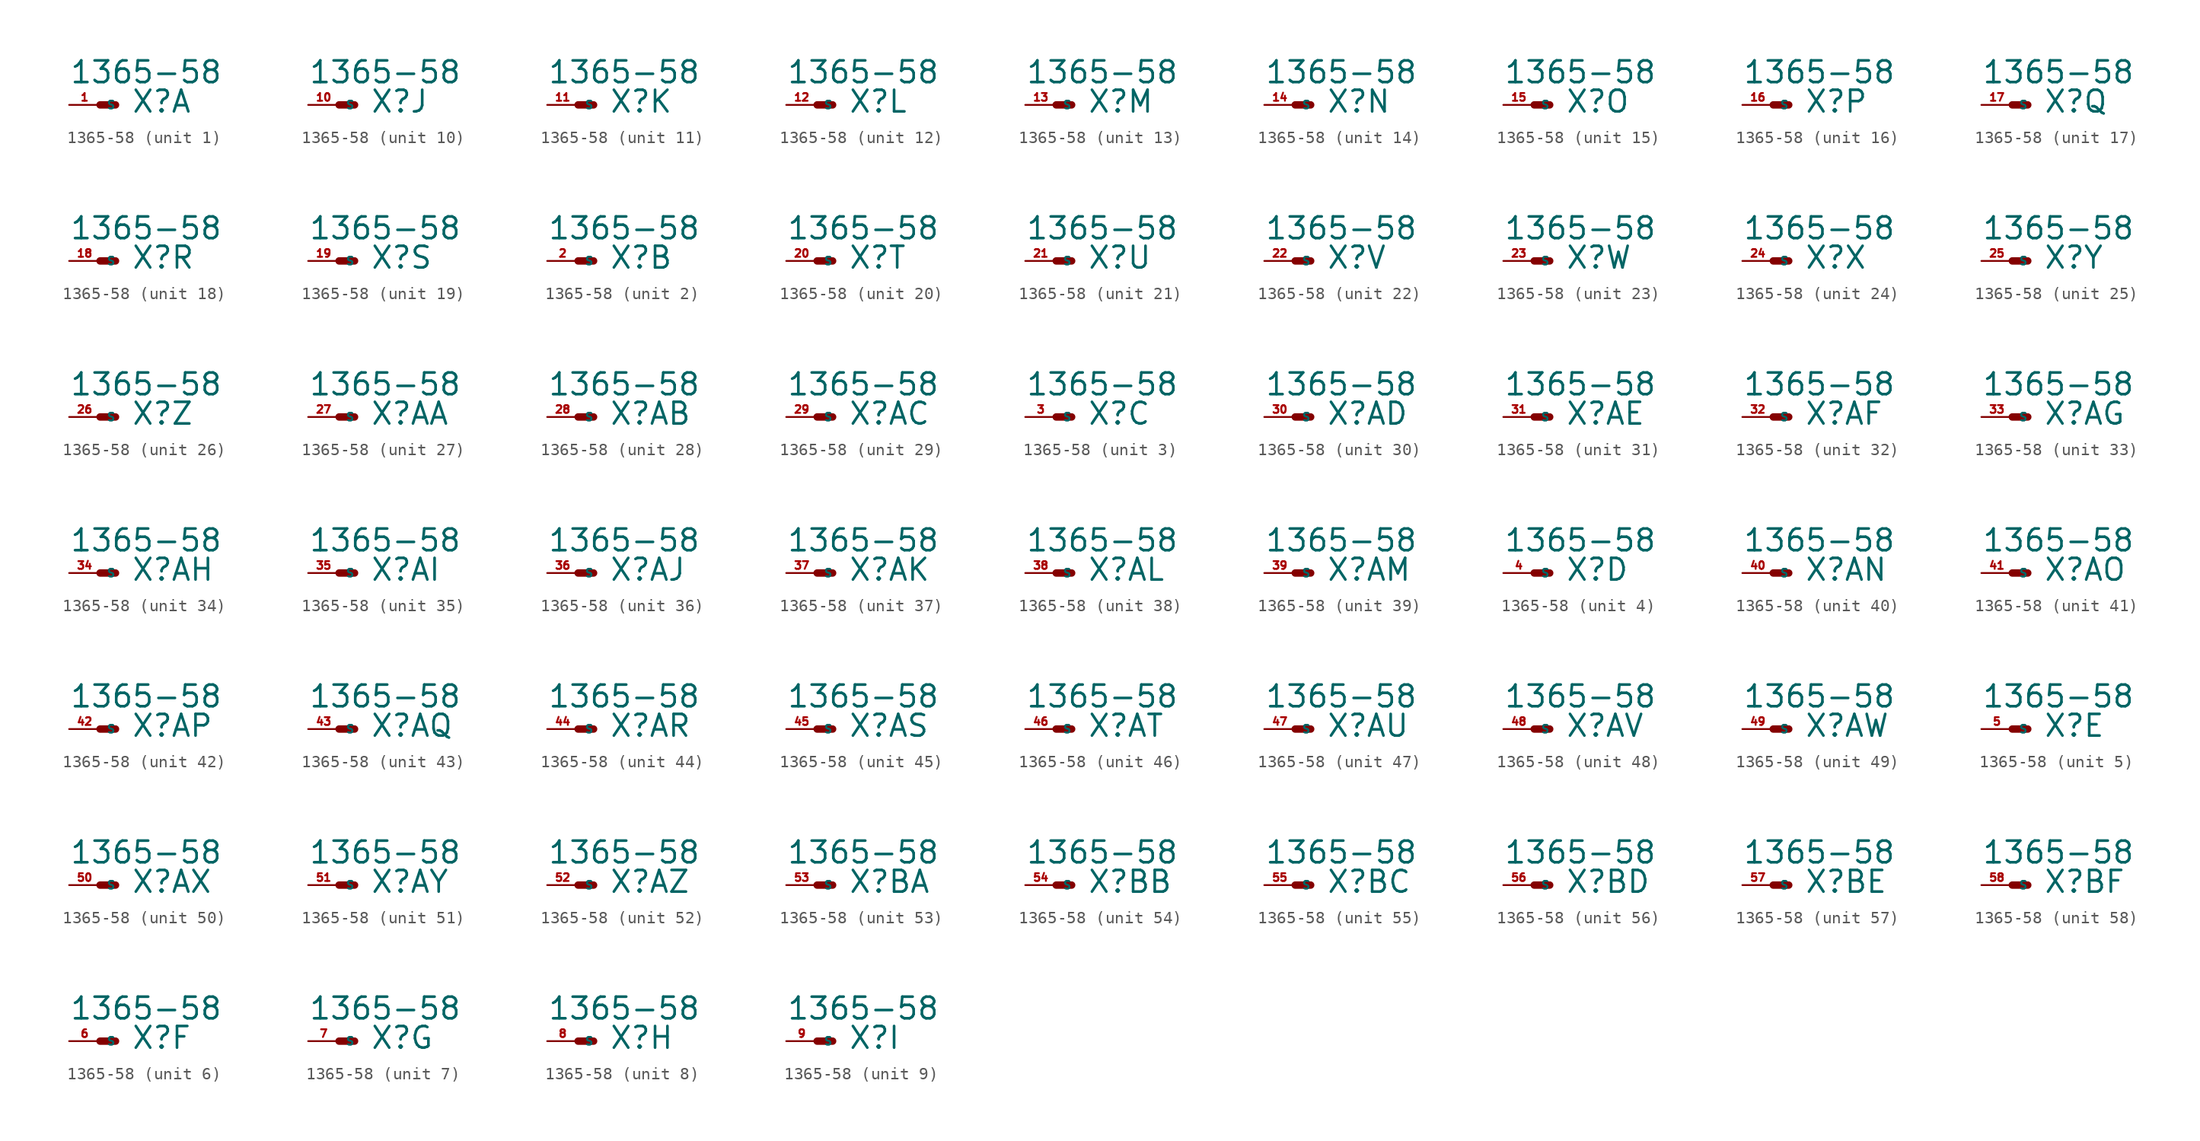
<source format=kicad_sym>
(kicad_symbol_lib
  (version 20220914)
  (generator Eagle2Kicad)
  (symbol "1365-58"
    (property "Reference" "X"
      (at 2.54 -0.762 0)
      (effects (font (size 1.778 1.778) (thickness 0.22)) (justify left bottom)))
    (property "Value" "1365-58"
      (at -2.54 1.651 0)
      (effects (font (size 1.778 1.778) (thickness 0.22)) (justify left bottom)))
    (symbol "1365-58_1_0"
      (polyline (pts (xy 0 0) (xy 1.27 0)) (stroke (width 0.61) (type default)) (fill (type none)))
      (pin passive line (at -2.54 0 0) (length 2.54) (name "S" (effects (font (size 0.635 0.635) (thickness 0.08)) (justify left bottom))) (number "1" (effects (font (size 0.635 0.635) (thickness 0.08)) (justify left bottom)))))
    (symbol "1365-58_2_0"
      (polyline (pts (xy 0 0) (xy 1.27 0)) (stroke (width 0.61) (type default)) (fill (type none)))
      (pin passive line (at -2.54 0 0) (length 2.54) (name "S" (effects (font (size 0.635 0.635) (thickness 0.08)) (justify left bottom))) (number "2" (effects (font (size 0.635 0.635) (thickness 0.08)) (justify left bottom)))))
    (symbol "1365-58_3_0"
      (polyline (pts (xy 0 0) (xy 1.27 0)) (stroke (width 0.61) (type default)) (fill (type none)))
      (pin passive line (at -2.54 0 0) (length 2.54) (name "S" (effects (font (size 0.635 0.635) (thickness 0.08)) (justify left bottom))) (number "3" (effects (font (size 0.635 0.635) (thickness 0.08)) (justify left bottom)))))
    (symbol "1365-58_4_0"
      (polyline (pts (xy 0 0) (xy 1.27 0)) (stroke (width 0.61) (type default)) (fill (type none)))
      (pin passive line (at -2.54 0 0) (length 2.54) (name "S" (effects (font (size 0.635 0.635) (thickness 0.08)) (justify left bottom))) (number "4" (effects (font (size 0.635 0.635) (thickness 0.08)) (justify left bottom)))))
    (symbol "1365-58_5_0"
      (polyline (pts (xy 0 0) (xy 1.27 0)) (stroke (width 0.61) (type default)) (fill (type none)))
      (pin passive line (at -2.54 0 0) (length 2.54) (name "S" (effects (font (size 0.635 0.635) (thickness 0.08)) (justify left bottom))) (number "5" (effects (font (size 0.635 0.635) (thickness 0.08)) (justify left bottom)))))
    (symbol "1365-58_6_0"
      (polyline (pts (xy 0 0) (xy 1.27 0)) (stroke (width 0.61) (type default)) (fill (type none)))
      (pin passive line (at -2.54 0 0) (length 2.54) (name "S" (effects (font (size 0.635 0.635) (thickness 0.08)) (justify left bottom))) (number "6" (effects (font (size 0.635 0.635) (thickness 0.08)) (justify left bottom)))))
    (symbol "1365-58_7_0"
      (polyline (pts (xy 0 0) (xy 1.27 0)) (stroke (width 0.61) (type default)) (fill (type none)))
      (pin passive line (at -2.54 0 0) (length 2.54) (name "S" (effects (font (size 0.635 0.635) (thickness 0.08)) (justify left bottom))) (number "7" (effects (font (size 0.635 0.635) (thickness 0.08)) (justify left bottom)))))
    (symbol "1365-58_8_0"
      (polyline (pts (xy 0 0) (xy 1.27 0)) (stroke (width 0.61) (type default)) (fill (type none)))
      (pin passive line (at -2.54 0 0) (length 2.54) (name "S" (effects (font (size 0.635 0.635) (thickness 0.08)) (justify left bottom))) (number "8" (effects (font (size 0.635 0.635) (thickness 0.08)) (justify left bottom)))))
    (symbol "1365-58_9_0"
      (polyline (pts (xy 0 0) (xy 1.27 0)) (stroke (width 0.61) (type default)) (fill (type none)))
      (pin passive line (at -2.54 0 0) (length 2.54) (name "S" (effects (font (size 0.635 0.635) (thickness 0.08)) (justify left bottom))) (number "9" (effects (font (size 0.635 0.635) (thickness 0.08)) (justify left bottom)))))
    (symbol "1365-58_10_0"
      (polyline (pts (xy 0 0) (xy 1.27 0)) (stroke (width 0.61) (type default)) (fill (type none)))
      (pin passive line (at -2.54 0 0) (length 2.54) (name "S" (effects (font (size 0.635 0.635) (thickness 0.08)) (justify left bottom))) (number "10" (effects (font (size 0.635 0.635) (thickness 0.08)) (justify left bottom)))))
    (symbol "1365-58_11_0"
      (polyline (pts (xy 0 0) (xy 1.27 0)) (stroke (width 0.61) (type default)) (fill (type none)))
      (pin passive line (at -2.54 0 0) (length 2.54) (name "S" (effects (font (size 0.635 0.635) (thickness 0.08)) (justify left bottom))) (number "11" (effects (font (size 0.635 0.635) (thickness 0.08)) (justify left bottom)))))
    (symbol "1365-58_12_0"
      (polyline (pts (xy 0 0) (xy 1.27 0)) (stroke (width 0.61) (type default)) (fill (type none)))
      (pin passive line (at -2.54 0 0) (length 2.54) (name "S" (effects (font (size 0.635 0.635) (thickness 0.08)) (justify left bottom))) (number "12" (effects (font (size 0.635 0.635) (thickness 0.08)) (justify left bottom)))))
    (symbol "1365-58_13_0"
      (polyline (pts (xy 0 0) (xy 1.27 0)) (stroke (width 0.61) (type default)) (fill (type none)))
      (pin passive line (at -2.54 0 0) (length 2.54) (name "S" (effects (font (size 0.635 0.635) (thickness 0.08)) (justify left bottom))) (number "13" (effects (font (size 0.635 0.635) (thickness 0.08)) (justify left bottom)))))
    (symbol "1365-58_14_0"
      (polyline (pts (xy 0 0) (xy 1.27 0)) (stroke (width 0.61) (type default)) (fill (type none)))
      (pin passive line (at -2.54 0 0) (length 2.54) (name "S" (effects (font (size 0.635 0.635) (thickness 0.08)) (justify left bottom))) (number "14" (effects (font (size 0.635 0.635) (thickness 0.08)) (justify left bottom)))))
    (symbol "1365-58_15_0"
      (polyline (pts (xy 0 0) (xy 1.27 0)) (stroke (width 0.61) (type default)) (fill (type none)))
      (pin passive line (at -2.54 0 0) (length 2.54) (name "S" (effects (font (size 0.635 0.635) (thickness 0.08)) (justify left bottom))) (number "15" (effects (font (size 0.635 0.635) (thickness 0.08)) (justify left bottom)))))
    (symbol "1365-58_16_0"
      (polyline (pts (xy 0 0) (xy 1.27 0)) (stroke (width 0.61) (type default)) (fill (type none)))
      (pin passive line (at -2.54 0 0) (length 2.54) (name "S" (effects (font (size 0.635 0.635) (thickness 0.08)) (justify left bottom))) (number "16" (effects (font (size 0.635 0.635) (thickness 0.08)) (justify left bottom)))))
    (symbol "1365-58_17_0"
      (polyline (pts (xy 0 0) (xy 1.27 0)) (stroke (width 0.61) (type default)) (fill (type none)))
      (pin passive line (at -2.54 0 0) (length 2.54) (name "S" (effects (font (size 0.635 0.635) (thickness 0.08)) (justify left bottom))) (number "17" (effects (font (size 0.635 0.635) (thickness 0.08)) (justify left bottom)))))
    (symbol "1365-58_18_0"
      (polyline (pts (xy 0 0) (xy 1.27 0)) (stroke (width 0.61) (type default)) (fill (type none)))
      (pin passive line (at -2.54 0 0) (length 2.54) (name "S" (effects (font (size 0.635 0.635) (thickness 0.08)) (justify left bottom))) (number "18" (effects (font (size 0.635 0.635) (thickness 0.08)) (justify left bottom)))))
    (symbol "1365-58_19_0"
      (polyline (pts (xy 0 0) (xy 1.27 0)) (stroke (width 0.61) (type default)) (fill (type none)))
      (pin passive line (at -2.54 0 0) (length 2.54) (name "S" (effects (font (size 0.635 0.635) (thickness 0.08)) (justify left bottom))) (number "19" (effects (font (size 0.635 0.635) (thickness 0.08)) (justify left bottom)))))
    (symbol "1365-58_20_0"
      (polyline (pts (xy 0 0) (xy 1.27 0)) (stroke (width 0.61) (type default)) (fill (type none)))
      (pin passive line (at -2.54 0 0) (length 2.54) (name "S" (effects (font (size 0.635 0.635) (thickness 0.08)) (justify left bottom))) (number "20" (effects (font (size 0.635 0.635) (thickness 0.08)) (justify left bottom)))))
    (symbol "1365-58_21_0"
      (polyline (pts (xy 0 0) (xy 1.27 0)) (stroke (width 0.61) (type default)) (fill (type none)))
      (pin passive line (at -2.54 0 0) (length 2.54) (name "S" (effects (font (size 0.635 0.635) (thickness 0.08)) (justify left bottom))) (number "21" (effects (font (size 0.635 0.635) (thickness 0.08)) (justify left bottom)))))
    (symbol "1365-58_22_0"
      (polyline (pts (xy 0 0) (xy 1.27 0)) (stroke (width 0.61) (type default)) (fill (type none)))
      (pin passive line (at -2.54 0 0) (length 2.54) (name "S" (effects (font (size 0.635 0.635) (thickness 0.08)) (justify left bottom))) (number "22" (effects (font (size 0.635 0.635) (thickness 0.08)) (justify left bottom)))))
    (symbol "1365-58_23_0"
      (polyline (pts (xy 0 0) (xy 1.27 0)) (stroke (width 0.61) (type default)) (fill (type none)))
      (pin passive line (at -2.54 0 0) (length 2.54) (name "S" (effects (font (size 0.635 0.635) (thickness 0.08)) (justify left bottom))) (number "23" (effects (font (size 0.635 0.635) (thickness 0.08)) (justify left bottom)))))
    (symbol "1365-58_24_0"
      (polyline (pts (xy 0 0) (xy 1.27 0)) (stroke (width 0.61) (type default)) (fill (type none)))
      (pin passive line (at -2.54 0 0) (length 2.54) (name "S" (effects (font (size 0.635 0.635) (thickness 0.08)) (justify left bottom))) (number "24" (effects (font (size 0.635 0.635) (thickness 0.08)) (justify left bottom)))))
    (symbol "1365-58_25_0"
      (polyline (pts (xy 0 0) (xy 1.27 0)) (stroke (width 0.61) (type default)) (fill (type none)))
      (pin passive line (at -2.54 0 0) (length 2.54) (name "S" (effects (font (size 0.635 0.635) (thickness 0.08)) (justify left bottom))) (number "25" (effects (font (size 0.635 0.635) (thickness 0.08)) (justify left bottom)))))
    (symbol "1365-58_26_0"
      (polyline (pts (xy 0 0) (xy 1.27 0)) (stroke (width 0.61) (type default)) (fill (type none)))
      (pin passive line (at -2.54 0 0) (length 2.54) (name "S" (effects (font (size 0.635 0.635) (thickness 0.08)) (justify left bottom))) (number "26" (effects (font (size 0.635 0.635) (thickness 0.08)) (justify left bottom)))))
    (symbol "1365-58_27_0"
      (polyline (pts (xy 0 0) (xy 1.27 0)) (stroke (width 0.61) (type default)) (fill (type none)))
      (pin passive line (at -2.54 0 0) (length 2.54) (name "S" (effects (font (size 0.635 0.635) (thickness 0.08)) (justify left bottom))) (number "27" (effects (font (size 0.635 0.635) (thickness 0.08)) (justify left bottom)))))
    (symbol "1365-58_28_0"
      (polyline (pts (xy 0 0) (xy 1.27 0)) (stroke (width 0.61) (type default)) (fill (type none)))
      (pin passive line (at -2.54 0 0) (length 2.54) (name "S" (effects (font (size 0.635 0.635) (thickness 0.08)) (justify left bottom))) (number "28" (effects (font (size 0.635 0.635) (thickness 0.08)) (justify left bottom)))))
    (symbol "1365-58_29_0"
      (polyline (pts (xy 0 0) (xy 1.27 0)) (stroke (width 0.61) (type default)) (fill (type none)))
      (pin passive line (at -2.54 0 0) (length 2.54) (name "S" (effects (font (size 0.635 0.635) (thickness 0.08)) (justify left bottom))) (number "29" (effects (font (size 0.635 0.635) (thickness 0.08)) (justify left bottom)))))
    (symbol "1365-58_30_0"
      (polyline (pts (xy 0 0) (xy 1.27 0)) (stroke (width 0.61) (type default)) (fill (type none)))
      (pin passive line (at -2.54 0 0) (length 2.54) (name "S" (effects (font (size 0.635 0.635) (thickness 0.08)) (justify left bottom))) (number "30" (effects (font (size 0.635 0.635) (thickness 0.08)) (justify left bottom)))))
    (symbol "1365-58_31_0"
      (polyline (pts (xy 0 0) (xy 1.27 0)) (stroke (width 0.61) (type default)) (fill (type none)))
      (pin passive line (at -2.54 0 0) (length 2.54) (name "S" (effects (font (size 0.635 0.635) (thickness 0.08)) (justify left bottom))) (number "31" (effects (font (size 0.635 0.635) (thickness 0.08)) (justify left bottom)))))
    (symbol "1365-58_32_0"
      (polyline (pts (xy 0 0) (xy 1.27 0)) (stroke (width 0.61) (type default)) (fill (type none)))
      (pin passive line (at -2.54 0 0) (length 2.54) (name "S" (effects (font (size 0.635 0.635) (thickness 0.08)) (justify left bottom))) (number "32" (effects (font (size 0.635 0.635) (thickness 0.08)) (justify left bottom)))))
    (symbol "1365-58_33_0"
      (polyline (pts (xy 0 0) (xy 1.27 0)) (stroke (width 0.61) (type default)) (fill (type none)))
      (pin passive line (at -2.54 0 0) (length 2.54) (name "S" (effects (font (size 0.635 0.635) (thickness 0.08)) (justify left bottom))) (number "33" (effects (font (size 0.635 0.635) (thickness 0.08)) (justify left bottom)))))
    (symbol "1365-58_34_0"
      (polyline (pts (xy 0 0) (xy 1.27 0)) (stroke (width 0.61) (type default)) (fill (type none)))
      (pin passive line (at -2.54 0 0) (length 2.54) (name "S" (effects (font (size 0.635 0.635) (thickness 0.08)) (justify left bottom))) (number "34" (effects (font (size 0.635 0.635) (thickness 0.08)) (justify left bottom)))))
    (symbol "1365-58_35_0"
      (polyline (pts (xy 0 0) (xy 1.27 0)) (stroke (width 0.61) (type default)) (fill (type none)))
      (pin passive line (at -2.54 0 0) (length 2.54) (name "S" (effects (font (size 0.635 0.635) (thickness 0.08)) (justify left bottom))) (number "35" (effects (font (size 0.635 0.635) (thickness 0.08)) (justify left bottom)))))
    (symbol "1365-58_36_0"
      (polyline (pts (xy 0 0) (xy 1.27 0)) (stroke (width 0.61) (type default)) (fill (type none)))
      (pin passive line (at -2.54 0 0) (length 2.54) (name "S" (effects (font (size 0.635 0.635) (thickness 0.08)) (justify left bottom))) (number "36" (effects (font (size 0.635 0.635) (thickness 0.08)) (justify left bottom)))))
    (symbol "1365-58_37_0"
      (polyline (pts (xy 0 0) (xy 1.27 0)) (stroke (width 0.61) (type default)) (fill (type none)))
      (pin passive line (at -2.54 0 0) (length 2.54) (name "S" (effects (font (size 0.635 0.635) (thickness 0.08)) (justify left bottom))) (number "37" (effects (font (size 0.635 0.635) (thickness 0.08)) (justify left bottom)))))
    (symbol "1365-58_38_0"
      (polyline (pts (xy 0 0) (xy 1.27 0)) (stroke (width 0.61) (type default)) (fill (type none)))
      (pin passive line (at -2.54 0 0) (length 2.54) (name "S" (effects (font (size 0.635 0.635) (thickness 0.08)) (justify left bottom))) (number "38" (effects (font (size 0.635 0.635) (thickness 0.08)) (justify left bottom)))))
    (symbol "1365-58_39_0"
      (polyline (pts (xy 0 0) (xy 1.27 0)) (stroke (width 0.61) (type default)) (fill (type none)))
      (pin passive line (at -2.54 0 0) (length 2.54) (name "S" (effects (font (size 0.635 0.635) (thickness 0.08)) (justify left bottom))) (number "39" (effects (font (size 0.635 0.635) (thickness 0.08)) (justify left bottom)))))
    (symbol "1365-58_40_0"
      (polyline (pts (xy 0 0) (xy 1.27 0)) (stroke (width 0.61) (type default)) (fill (type none)))
      (pin passive line (at -2.54 0 0) (length 2.54) (name "S" (effects (font (size 0.635 0.635) (thickness 0.08)) (justify left bottom))) (number "40" (effects (font (size 0.635 0.635) (thickness 0.08)) (justify left bottom)))))
    (symbol "1365-58_41_0"
      (polyline (pts (xy 0 0) (xy 1.27 0)) (stroke (width 0.61) (type default)) (fill (type none)))
      (pin passive line (at -2.54 0 0) (length 2.54) (name "S" (effects (font (size 0.635 0.635) (thickness 0.08)) (justify left bottom))) (number "41" (effects (font (size 0.635 0.635) (thickness 0.08)) (justify left bottom)))))
    (symbol "1365-58_42_0"
      (polyline (pts (xy 0 0) (xy 1.27 0)) (stroke (width 0.61) (type default)) (fill (type none)))
      (pin passive line (at -2.54 0 0) (length 2.54) (name "S" (effects (font (size 0.635 0.635) (thickness 0.08)) (justify left bottom))) (number "42" (effects (font (size 0.635 0.635) (thickness 0.08)) (justify left bottom)))))
    (symbol "1365-58_43_0"
      (polyline (pts (xy 0 0) (xy 1.27 0)) (stroke (width 0.61) (type default)) (fill (type none)))
      (pin passive line (at -2.54 0 0) (length 2.54) (name "S" (effects (font (size 0.635 0.635) (thickness 0.08)) (justify left bottom))) (number "43" (effects (font (size 0.635 0.635) (thickness 0.08)) (justify left bottom)))))
    (symbol "1365-58_44_0"
      (polyline (pts (xy 0 0) (xy 1.27 0)) (stroke (width 0.61) (type default)) (fill (type none)))
      (pin passive line (at -2.54 0 0) (length 2.54) (name "S" (effects (font (size 0.635 0.635) (thickness 0.08)) (justify left bottom))) (number "44" (effects (font (size 0.635 0.635) (thickness 0.08)) (justify left bottom)))))
    (symbol "1365-58_45_0"
      (polyline (pts (xy 0 0) (xy 1.27 0)) (stroke (width 0.61) (type default)) (fill (type none)))
      (pin passive line (at -2.54 0 0) (length 2.54) (name "S" (effects (font (size 0.635 0.635) (thickness 0.08)) (justify left bottom))) (number "45" (effects (font (size 0.635 0.635) (thickness 0.08)) (justify left bottom)))))
    (symbol "1365-58_46_0"
      (polyline (pts (xy 0 0) (xy 1.27 0)) (stroke (width 0.61) (type default)) (fill (type none)))
      (pin passive line (at -2.54 0 0) (length 2.54) (name "S" (effects (font (size 0.635 0.635) (thickness 0.08)) (justify left bottom))) (number "46" (effects (font (size 0.635 0.635) (thickness 0.08)) (justify left bottom)))))
    (symbol "1365-58_47_0"
      (polyline (pts (xy 0 0) (xy 1.27 0)) (stroke (width 0.61) (type default)) (fill (type none)))
      (pin passive line (at -2.54 0 0) (length 2.54) (name "S" (effects (font (size 0.635 0.635) (thickness 0.08)) (justify left bottom))) (number "47" (effects (font (size 0.635 0.635) (thickness 0.08)) (justify left bottom)))))
    (symbol "1365-58_48_0"
      (polyline (pts (xy 0 0) (xy 1.27 0)) (stroke (width 0.61) (type default)) (fill (type none)))
      (pin passive line (at -2.54 0 0) (length 2.54) (name "S" (effects (font (size 0.635 0.635) (thickness 0.08)) (justify left bottom))) (number "48" (effects (font (size 0.635 0.635) (thickness 0.08)) (justify left bottom)))))
    (symbol "1365-58_49_0"
      (polyline (pts (xy 0 0) (xy 1.27 0)) (stroke (width 0.61) (type default)) (fill (type none)))
      (pin passive line (at -2.54 0 0) (length 2.54) (name "S" (effects (font (size 0.635 0.635) (thickness 0.08)) (justify left bottom))) (number "49" (effects (font (size 0.635 0.635) (thickness 0.08)) (justify left bottom)))))
    (symbol "1365-58_50_0"
      (polyline (pts (xy 0 0) (xy 1.27 0)) (stroke (width 0.61) (type default)) (fill (type none)))
      (pin passive line (at -2.54 0 0) (length 2.54) (name "S" (effects (font (size 0.635 0.635) (thickness 0.08)) (justify left bottom))) (number "50" (effects (font (size 0.635 0.635) (thickness 0.08)) (justify left bottom)))))
    (symbol "1365-58_51_0"
      (polyline (pts (xy 0 0) (xy 1.27 0)) (stroke (width 0.61) (type default)) (fill (type none)))
      (pin passive line (at -2.54 0 0) (length 2.54) (name "S" (effects (font (size 0.635 0.635) (thickness 0.08)) (justify left bottom))) (number "51" (effects (font (size 0.635 0.635) (thickness 0.08)) (justify left bottom)))))
    (symbol "1365-58_52_0"
      (polyline (pts (xy 0 0) (xy 1.27 0)) (stroke (width 0.61) (type default)) (fill (type none)))
      (pin passive line (at -2.54 0 0) (length 2.54) (name "S" (effects (font (size 0.635 0.635) (thickness 0.08)) (justify left bottom))) (number "52" (effects (font (size 0.635 0.635) (thickness 0.08)) (justify left bottom)))))
    (symbol "1365-58_53_0"
      (polyline (pts (xy 0 0) (xy 1.27 0)) (stroke (width 0.61) (type default)) (fill (type none)))
      (pin passive line (at -2.54 0 0) (length 2.54) (name "S" (effects (font (size 0.635 0.635) (thickness 0.08)) (justify left bottom))) (number "53" (effects (font (size 0.635 0.635) (thickness 0.08)) (justify left bottom)))))
    (symbol "1365-58_54_0"
      (polyline (pts (xy 0 0) (xy 1.27 0)) (stroke (width 0.61) (type default)) (fill (type none)))
      (pin passive line (at -2.54 0 0) (length 2.54) (name "S" (effects (font (size 0.635 0.635) (thickness 0.08)) (justify left bottom))) (number "54" (effects (font (size 0.635 0.635) (thickness 0.08)) (justify left bottom)))))
    (symbol "1365-58_55_0"
      (polyline (pts (xy 0 0) (xy 1.27 0)) (stroke (width 0.61) (type default)) (fill (type none)))
      (pin passive line (at -2.54 0 0) (length 2.54) (name "S" (effects (font (size 0.635 0.635) (thickness 0.08)) (justify left bottom))) (number "55" (effects (font (size 0.635 0.635) (thickness 0.08)) (justify left bottom)))))
    (symbol "1365-58_56_0"
      (polyline (pts (xy 0 0) (xy 1.27 0)) (stroke (width 0.61) (type default)) (fill (type none)))
      (pin passive line (at -2.54 0 0) (length 2.54) (name "S" (effects (font (size 0.635 0.635) (thickness 0.08)) (justify left bottom))) (number "56" (effects (font (size 0.635 0.635) (thickness 0.08)) (justify left bottom)))))
    (symbol "1365-58_57_0"
      (polyline (pts (xy 0 0) (xy 1.27 0)) (stroke (width 0.61) (type default)) (fill (type none)))
      (pin passive line (at -2.54 0 0) (length 2.54) (name "S" (effects (font (size 0.635 0.635) (thickness 0.08)) (justify left bottom))) (number "57" (effects (font (size 0.635 0.635) (thickness 0.08)) (justify left bottom)))))
    (symbol "1365-58_58_0"
      (polyline (pts (xy 0 0) (xy 1.27 0)) (stroke (width 0.61) (type default)) (fill (type none)))
      (pin passive line (at -2.54 0 0) (length 2.54) (name "S" (effects (font (size 0.635 0.635) (thickness 0.08)) (justify left bottom))) (number "58" (effects (font (size 0.635 0.635) (thickness 0.08)) (justify left bottom)))))))
</source>
